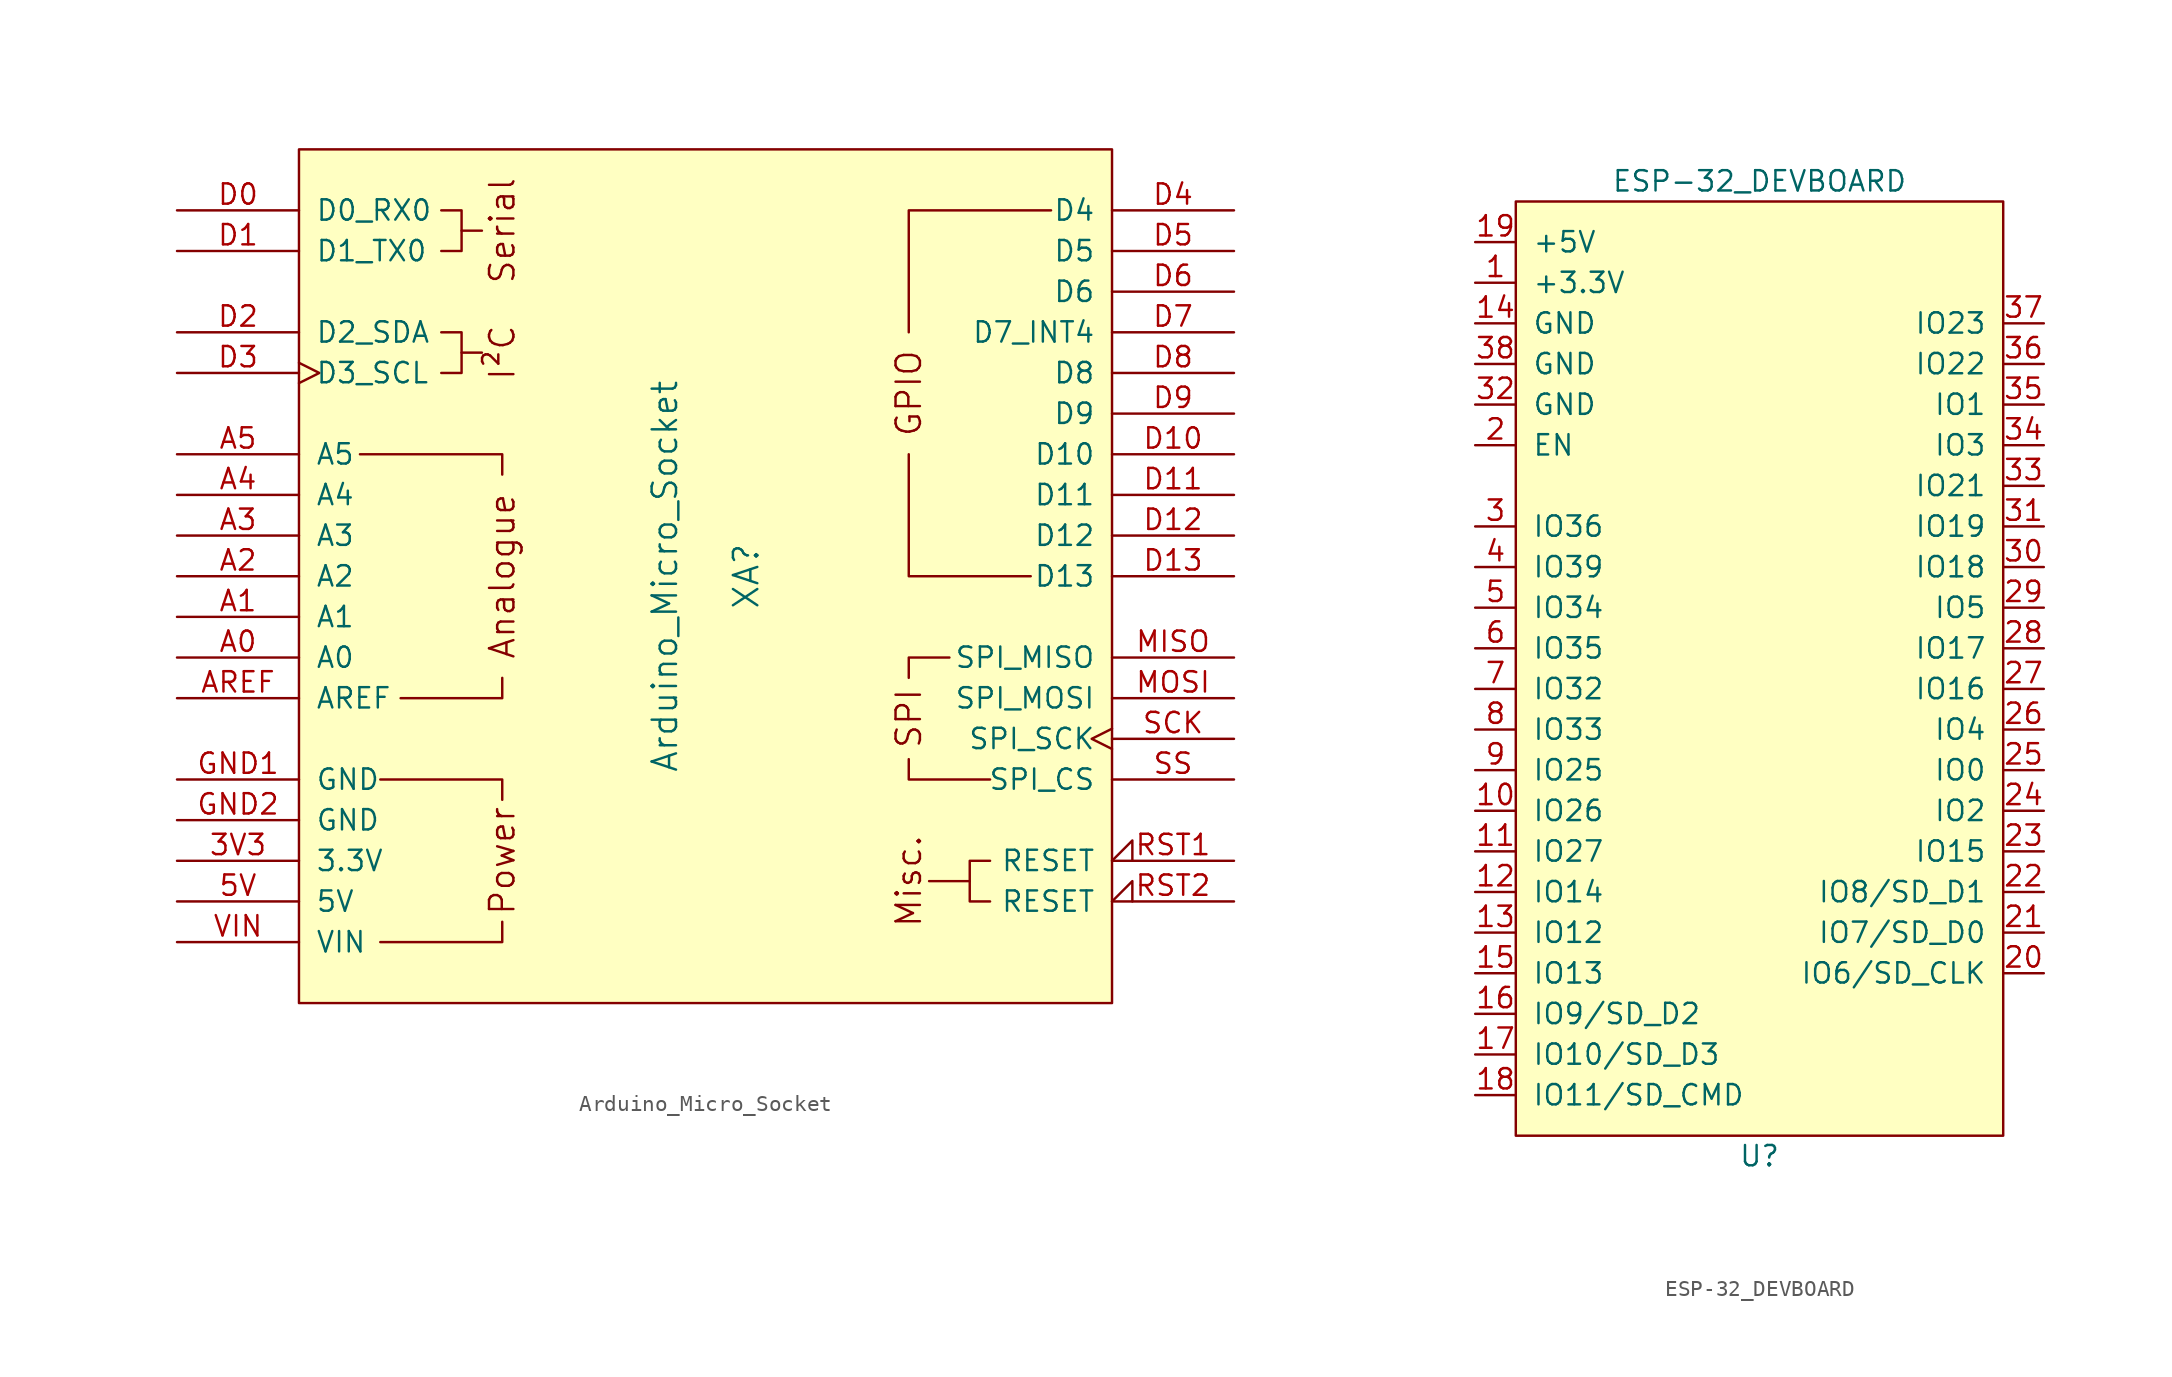
<source format=kicad_sym>
(kicad_symbol_lib
  (version 20220914)
  (generator kicad_symbol_editor)
  (symbol "Arduino_Micro_Socket"
    (pin_names
      (offset 1.016))
    (property "Reference" "XA"
      (at 2.54 0 90)
      (effects (font (size 1.524 1.524))))
    (property "Value" "Arduino_Micro_Socket"
      (at -2.54 0 90)
      (effects (font (size 1.524 1.524))))
    (symbol "Arduino_Micro_Socket_0_0"
      (rectangle (start -25.4 26.67) (end 25.4 -26.67) (stroke (width 0) (type solid)) (fill (type background)))
      (polyline (pts (xy -15.24 13.97) (xy -13.97 13.97)) (stroke (width 0) (type solid)) (fill (type none)))
      (polyline (pts (xy -15.24 21.59) (xy -13.97 21.59)) (stroke (width 0) (type solid)) (fill (type none)))
      (polyline (pts (xy 16.51 -19.05) (xy 13.97 -19.05)) (stroke (width 0) (type solid)) (fill (type none)))
      (polyline (pts (xy -20.32 -22.86) (xy -12.7 -22.86) (xy -12.7 -21.59)) (stroke (width 0) (type solid)) (fill (type none)))
      (polyline (pts (xy -12.7 -13.97) (xy -12.7 -12.7) (xy -20.32 -12.7)) (stroke (width 0) (type solid)) (fill (type none)))
      (polyline (pts (xy -12.7 -6.35) (xy -12.7 -7.62) (xy -19.05 -7.62)) (stroke (width 0) (type solid)) (fill (type none)))
      (polyline (pts (xy -12.7 6.35) (xy -12.7 7.62) (xy -21.59 7.62)) (stroke (width 0) (type solid)) (fill (type none)))
      (polyline (pts (xy 12.7 -11.43) (xy 12.7 -12.7) (xy 17.78 -12.7)) (stroke (width 0) (type solid)) (fill (type none)))
      (polyline (pts (xy 12.7 7.62) (xy 12.7 0) (xy 20.32 0)) (stroke (width 0) (type solid)) (fill (type none)))
      (polyline (pts (xy 15.24 -5.08) (xy 12.7 -5.08) (xy 12.7 -6.35)) (stroke (width 0) (type solid)) (fill (type none)))
      (polyline (pts (xy 21.59 22.86) (xy 12.7 22.86) (xy 12.7 15.24)) (stroke (width 0) (type solid)) (fill (type none)))
      (polyline (pts (xy -16.51 15.24) (xy -15.24 15.24) (xy -15.24 12.7) (xy -16.51 12.7)) (stroke (width 0) (type solid)) (fill (type none)))
      (polyline (pts (xy -16.51 22.86) (xy -15.24 22.86) (xy -15.24 20.32) (xy -16.51 20.32)) (stroke (width 0) (type solid)) (fill (type none)))
      (text "Analogue" (at -12.7 0 900) (effects (font (size 1.524 1.524))))
      (text "I²C" (at -12.7 13.97 900) (effects (font (size 1.524 1.524))))
      (text "Misc." (at 12.7 -19.05 900) (effects (font (size 1.524 1.524))))
      (text "Power" (at -12.7 -17.78 900) (effects (font (size 1.524 1.524))))
      (text "Serial" (at -12.7 21.59 900) (effects (font (size 1.524 1.524))))
      (text "SPI" (at 12.7 -8.89 900) (effects (font (size 1.524 1.524)))))
    (symbol "Arduino_Micro_Socket_0_1"
      (polyline (pts (xy 17.78 -17.78) (xy 16.51 -17.78) (xy 16.51 -20.32) (xy 17.78 -20.32)) (stroke (width 0) (type solid)) (fill (type none))))
    (symbol "Arduino_Micro_Socket_1_0"
      (text "GPIO" (at 12.7 11.43 900) (effects (font (size 1.524 1.524)))))
    (symbol "Arduino_Micro_Socket_1_1"
      (pin power_in line (at -33.02 -17.78 0) (length 7.62) (name "3.3V" (effects (font (size 1.27 1.27)))) (number "3V3" (effects (font (size 1.27 1.27)))))
      (pin power_in line (at -33.02 -20.32 0) (length 7.62) (name "5V" (effects (font (size 1.27 1.27)))) (number "5V" (effects (font (size 1.27 1.27)))))
      (pin bidirectional line (at -33.02 -5.08 0) (length 7.62) (name "A0" (effects (font (size 1.27 1.27)))) (number "A0" (effects (font (size 1.27 1.27)))))
      (pin bidirectional line (at -33.02 -2.54 0) (length 7.62) (name "A1" (effects (font (size 1.27 1.27)))) (number "A1" (effects (font (size 1.27 1.27)))))
      (pin bidirectional line (at -33.02 0 0) (length 7.62) (name "A2" (effects (font (size 1.27 1.27)))) (number "A2" (effects (font (size 1.27 1.27)))))
      (pin bidirectional line (at -33.02 2.54 0) (length 7.62) (name "A3" (effects (font (size 1.27 1.27)))) (number "A3" (effects (font (size 1.27 1.27)))))
      (pin bidirectional line (at -33.02 5.08 0) (length 7.62) (name "A4" (effects (font (size 1.27 1.27)))) (number "A4" (effects (font (size 1.27 1.27)))))
      (pin bidirectional line (at -33.02 7.62 0) (length 7.62) (name "A5" (effects (font (size 1.27 1.27)))) (number "A5" (effects (font (size 1.27 1.27)))))
      (pin input line (at -33.02 -7.62 0) (length 7.62) (name "AREF" (effects (font (size 1.27 1.27)))) (number "AREF" (effects (font (size 1.27 1.27)))))
      (pin bidirectional line (at -33.02 22.86 0) (length 7.62) (name "D0_RX0" (effects (font (size 1.27 1.27)))) (number "D0" (effects (font (size 1.27 1.27)))))
      (pin bidirectional line (at -33.02 20.32 0) (length 7.62) (name "D1_TX0" (effects (font (size 1.27 1.27)))) (number "D1" (effects (font (size 1.27 1.27)))))
      (pin bidirectional line (at 33.02 7.62 180) (length 7.62) (name "D10" (effects (font (size 1.27 1.27)))) (number "D10" (effects (font (size 1.27 1.27)))))
      (pin bidirectional line (at 33.02 5.08 180) (length 7.62) (name "D11" (effects (font (size 1.27 1.27)))) (number "D11" (effects (font (size 1.27 1.27)))))
      (pin bidirectional line (at 33.02 2.54 180) (length 7.62) (name "D12" (effects (font (size 1.27 1.27)))) (number "D12" (effects (font (size 1.27 1.27)))))
      (pin bidirectional line (at 33.02 0 180) (length 7.62) (name "D13" (effects (font (size 1.27 1.27)))) (number "D13" (effects (font (size 1.27 1.27)))))
      (pin bidirectional line (at -33.02 15.24 0) (length 7.62) (name "D2_SDA" (effects (font (size 1.27 1.27)))) (number "D2" (effects (font (size 1.27 1.27)))))
      (pin bidirectional clock (at -33.02 12.7 0) (length 7.62) (name "D3_SCL" (effects (font (size 1.27 1.27)))) (number "D3" (effects (font (size 1.27 1.27)))))
      (pin bidirectional line (at 33.02 22.86 180) (length 7.62) (name "D4" (effects (font (size 1.27 1.27)))) (number "D4" (effects (font (size 1.27 1.27)))))
      (pin bidirectional line (at 33.02 20.32 180) (length 7.62) (name "D5" (effects (font (size 1.27 1.27)))) (number "D5" (effects (font (size 1.27 1.27)))))
      (pin bidirectional line (at 33.02 17.78 180) (length 7.62) (name "D6" (effects (font (size 1.27 1.27)))) (number "D6" (effects (font (size 1.27 1.27)))))
      (pin bidirectional line (at 33.02 15.24 180) (length 7.62) (name "D7_INT4" (effects (font (size 1.27 1.27)))) (number "D7" (effects (font (size 1.27 1.27)))))
      (pin bidirectional line (at 33.02 12.7 180) (length 7.62) (name "D8" (effects (font (size 1.27 1.27)))) (number "D8" (effects (font (size 1.27 1.27)))))
      (pin bidirectional line (at 33.02 10.16 180) (length 7.62) (name "D9" (effects (font (size 1.27 1.27)))) (number "D9" (effects (font (size 1.27 1.27)))))
      (pin power_in line (at -33.02 -12.7 0) (length 7.62) (name "GND" (effects (font (size 1.27 1.27)))) (number "GND1" (effects (font (size 1.27 1.27)))))
      (pin power_in line (at -33.02 -15.24 0) (length 7.62) (name "GND" (effects (font (size 1.27 1.27)))) (number "GND2" (effects (font (size 1.27 1.27)))))
      (pin input line (at 33.02 -5.08 180) (length 7.62) (name "SPI_MISO" (effects (font (size 1.27 1.27)))) (number "MISO" (effects (font (size 1.27 1.27)))))
      (pin output line (at 33.02 -7.62 180) (length 7.62) (name "SPI_MOSI" (effects (font (size 1.27 1.27)))) (number "MOSI" (effects (font (size 1.27 1.27)))))
      (pin open_collector input_low (at 33.02 -17.78 180) (length 7.62) (name "RESET" (effects (font (size 1.27 1.27)))) (number "RST1" (effects (font (size 1.27 1.27)))))
      (pin open_collector input_low (at 33.02 -20.32 180) (length 7.62) (name "RESET" (effects (font (size 1.27 1.27)))) (number "RST2" (effects (font (size 1.27 1.27)))))
      (pin output clock (at 33.02 -10.16 180) (length 7.62) (name "SPI_SCK" (effects (font (size 1.27 1.27)))) (number "SCK" (effects (font (size 1.27 1.27)))))
      (pin bidirectional line (at 33.02 -12.7 180) (length 7.62) (name "SPI_CS" (effects (font (size 1.27 1.27)))) (number "SS" (effects (font (size 1.27 1.27)))))
      (pin power_in line (at -33.02 -22.86 0) (length 7.62) (name "VIN" (effects (font (size 1.27 1.27)))) (number "VIN" (effects (font (size 1.27 1.27)))))))
  (symbol "ESP-32_DEVBOARD"
    (pin_names
      (offset 1.016))
    (property "Reference" "U"
      (at 0 -34.29 0)
      (effects (font (size 1.27 1.27))))
    (property "Value" "ESP-32_DEVBOARD"
      (at 0 26.67 0)
      (effects (font (size 1.27 1.27))))
    (symbol "ESP-32_DEVBOARD_0_1"
      (rectangle (start -15.24 25.4) (end 15.24 -33.02) (stroke (width 0) (type solid)) (fill (type background))))
    (symbol "ESP-32_DEVBOARD_1_1"
      (pin power_out line (at -17.78 20.32 0) (length 2.54) (name "+3.3V" (effects (font (size 1.27 1.27)))) (number "1" (effects (font (size 1.27 1.27)))))
      (pin unspecified line (at -17.78 -12.7 0) (length 2.54) (name "IO26" (effects (font (size 1.27 1.27)))) (number "10" (effects (font (size 1.27 1.27)))))
      (pin unspecified line (at -17.78 -15.24 0) (length 2.54) (name "IO27" (effects (font (size 1.27 1.27)))) (number "11" (effects (font (size 1.27 1.27)))))
      (pin unspecified line (at -17.78 -17.78 0) (length 2.54) (name "IO14" (effects (font (size 1.27 1.27)))) (number "12" (effects (font (size 1.27 1.27)))))
      (pin unspecified line (at -17.78 -20.32 0) (length 2.54) (name "IO12" (effects (font (size 1.27 1.27)))) (number "13" (effects (font (size 1.27 1.27)))))
      (pin power_in line (at -17.78 17.78 0) (length 2.54) (name "GND" (effects (font (size 1.27 1.27)))) (number "14" (effects (font (size 1.27 1.27)))))
      (pin unspecified line (at -17.78 -22.86 0) (length 2.54) (name "IO13" (effects (font (size 1.27 1.27)))) (number "15" (effects (font (size 1.27 1.27)))))
      (pin unspecified line (at -17.78 -25.4 0) (length 2.54) (name "IO9/SD_D2" (effects (font (size 1.27 1.27)))) (number "16" (effects (font (size 1.27 1.27)))))
      (pin unspecified line (at -17.78 -27.94 0) (length 2.54) (name "IO10/SD_D3" (effects (font (size 1.27 1.27)))) (number "17" (effects (font (size 1.27 1.27)))))
      (pin unspecified line (at -17.78 -30.48 0) (length 2.54) (name "IO11/SD_CMD" (effects (font (size 1.27 1.27)))) (number "18" (effects (font (size 1.27 1.27)))))
      (pin power_in line (at -17.78 22.86 0) (length 2.54) (name "+5V" (effects (font (size 1.27 1.27)))) (number "19" (effects (font (size 1.27 1.27)))))
      (pin passive line (at -17.78 10.16 0) (length 2.54) (name "EN" (effects (font (size 1.27 1.27)))) (number "2" (effects (font (size 1.27 1.27)))))
      (pin unspecified line (at 17.78 -22.86 180) (length 2.54) (name "IO6/SD_CLK" (effects (font (size 1.27 1.27)))) (number "20" (effects (font (size 1.27 1.27)))))
      (pin unspecified line (at 17.78 -20.32 180) (length 2.54) (name "IO7/SD_D0" (effects (font (size 1.27 1.27)))) (number "21" (effects (font (size 1.27 1.27)))))
      (pin unspecified line (at 17.78 -17.78 180) (length 2.54) (name "IO8/SD_D1" (effects (font (size 1.27 1.27)))) (number "22" (effects (font (size 1.27 1.27)))))
      (pin unspecified line (at 17.78 -15.24 180) (length 2.54) (name "IO15" (effects (font (size 1.27 1.27)))) (number "23" (effects (font (size 1.27 1.27)))))
      (pin unspecified line (at 17.78 -12.7 180) (length 2.54) (name "IO2" (effects (font (size 1.27 1.27)))) (number "24" (effects (font (size 1.27 1.27)))))
      (pin unspecified line (at 17.78 -10.16 180) (length 2.54) (name "IO0" (effects (font (size 1.27 1.27)))) (number "25" (effects (font (size 1.27 1.27)))))
      (pin unspecified line (at 17.78 -7.62 180) (length 2.54) (name "IO4" (effects (font (size 1.27 1.27)))) (number "26" (effects (font (size 1.27 1.27)))))
      (pin unspecified line (at 17.78 -5.08 180) (length 2.54) (name "IO16" (effects (font (size 1.27 1.27)))) (number "27" (effects (font (size 1.27 1.27)))))
      (pin unspecified line (at 17.78 -2.54 180) (length 2.54) (name "IO17" (effects (font (size 1.27 1.27)))) (number "28" (effects (font (size 1.27 1.27)))))
      (pin unspecified line (at 17.78 0 180) (length 2.54) (name "IO5" (effects (font (size 1.27 1.27)))) (number "29" (effects (font (size 1.27 1.27)))))
      (pin unspecified line (at -17.78 5.08 0) (length 2.54) (name "IO36" (effects (font (size 1.27 1.27)))) (number "3" (effects (font (size 1.27 1.27)))))
      (pin unspecified line (at 17.78 2.54 180) (length 2.54) (name "IO18" (effects (font (size 1.27 1.27)))) (number "30" (effects (font (size 1.27 1.27)))))
      (pin unspecified line (at 17.78 5.08 180) (length 2.54) (name "IO19" (effects (font (size 1.27 1.27)))) (number "31" (effects (font (size 1.27 1.27)))))
      (pin power_in line (at -17.78 12.7 0) (length 2.54) (name "GND" (effects (font (size 1.27 1.27)))) (number "32" (effects (font (size 1.27 1.27)))))
      (pin unspecified line (at 17.78 7.62 180) (length 2.54) (name "IO21" (effects (font (size 1.27 1.27)))) (number "33" (effects (font (size 1.27 1.27)))))
      (pin unspecified line (at 17.78 10.16 180) (length 2.54) (name "IO3" (effects (font (size 1.27 1.27)))) (number "34" (effects (font (size 1.27 1.27)))))
      (pin unspecified line (at 17.78 12.7 180) (length 2.54) (name "IO1" (effects (font (size 1.27 1.27)))) (number "35" (effects (font (size 1.27 1.27)))))
      (pin unspecified line (at 17.78 15.24 180) (length 2.54) (name "IO22" (effects (font (size 1.27 1.27)))) (number "36" (effects (font (size 1.27 1.27)))))
      (pin unspecified line (at 17.78 17.78 180) (length 2.54) (name "IO23" (effects (font (size 1.27 1.27)))) (number "37" (effects (font (size 1.27 1.27)))))
      (pin power_in line (at -17.78 15.24 0) (length 2.54) (name "GND" (effects (font (size 1.27 1.27)))) (number "38" (effects (font (size 1.27 1.27)))))
      (pin unspecified line (at -17.78 2.54 0) (length 2.54) (name "IO39" (effects (font (size 1.27 1.27)))) (number "4" (effects (font (size 1.27 1.27)))))
      (pin unspecified line (at -17.78 0 0) (length 2.54) (name "IO34" (effects (font (size 1.27 1.27)))) (number "5" (effects (font (size 1.27 1.27)))))
      (pin unspecified line (at -17.78 -2.54 0) (length 2.54) (name "IO35" (effects (font (size 1.27 1.27)))) (number "6" (effects (font (size 1.27 1.27)))))
      (pin unspecified line (at -17.78 -5.08 0) (length 2.54) (name "IO32" (effects (font (size 1.27 1.27)))) (number "7" (effects (font (size 1.27 1.27)))))
      (pin unspecified line (at -17.78 -7.62 0) (length 2.54) (name "IO33" (effects (font (size 1.27 1.27)))) (number "8" (effects (font (size 1.27 1.27)))))
      (pin unspecified line (at -17.78 -10.16 0) (length 2.54) (name "IO25" (effects (font (size 1.27 1.27)))) (number "9" (effects (font (size 1.27 1.27))))))))
</source>
